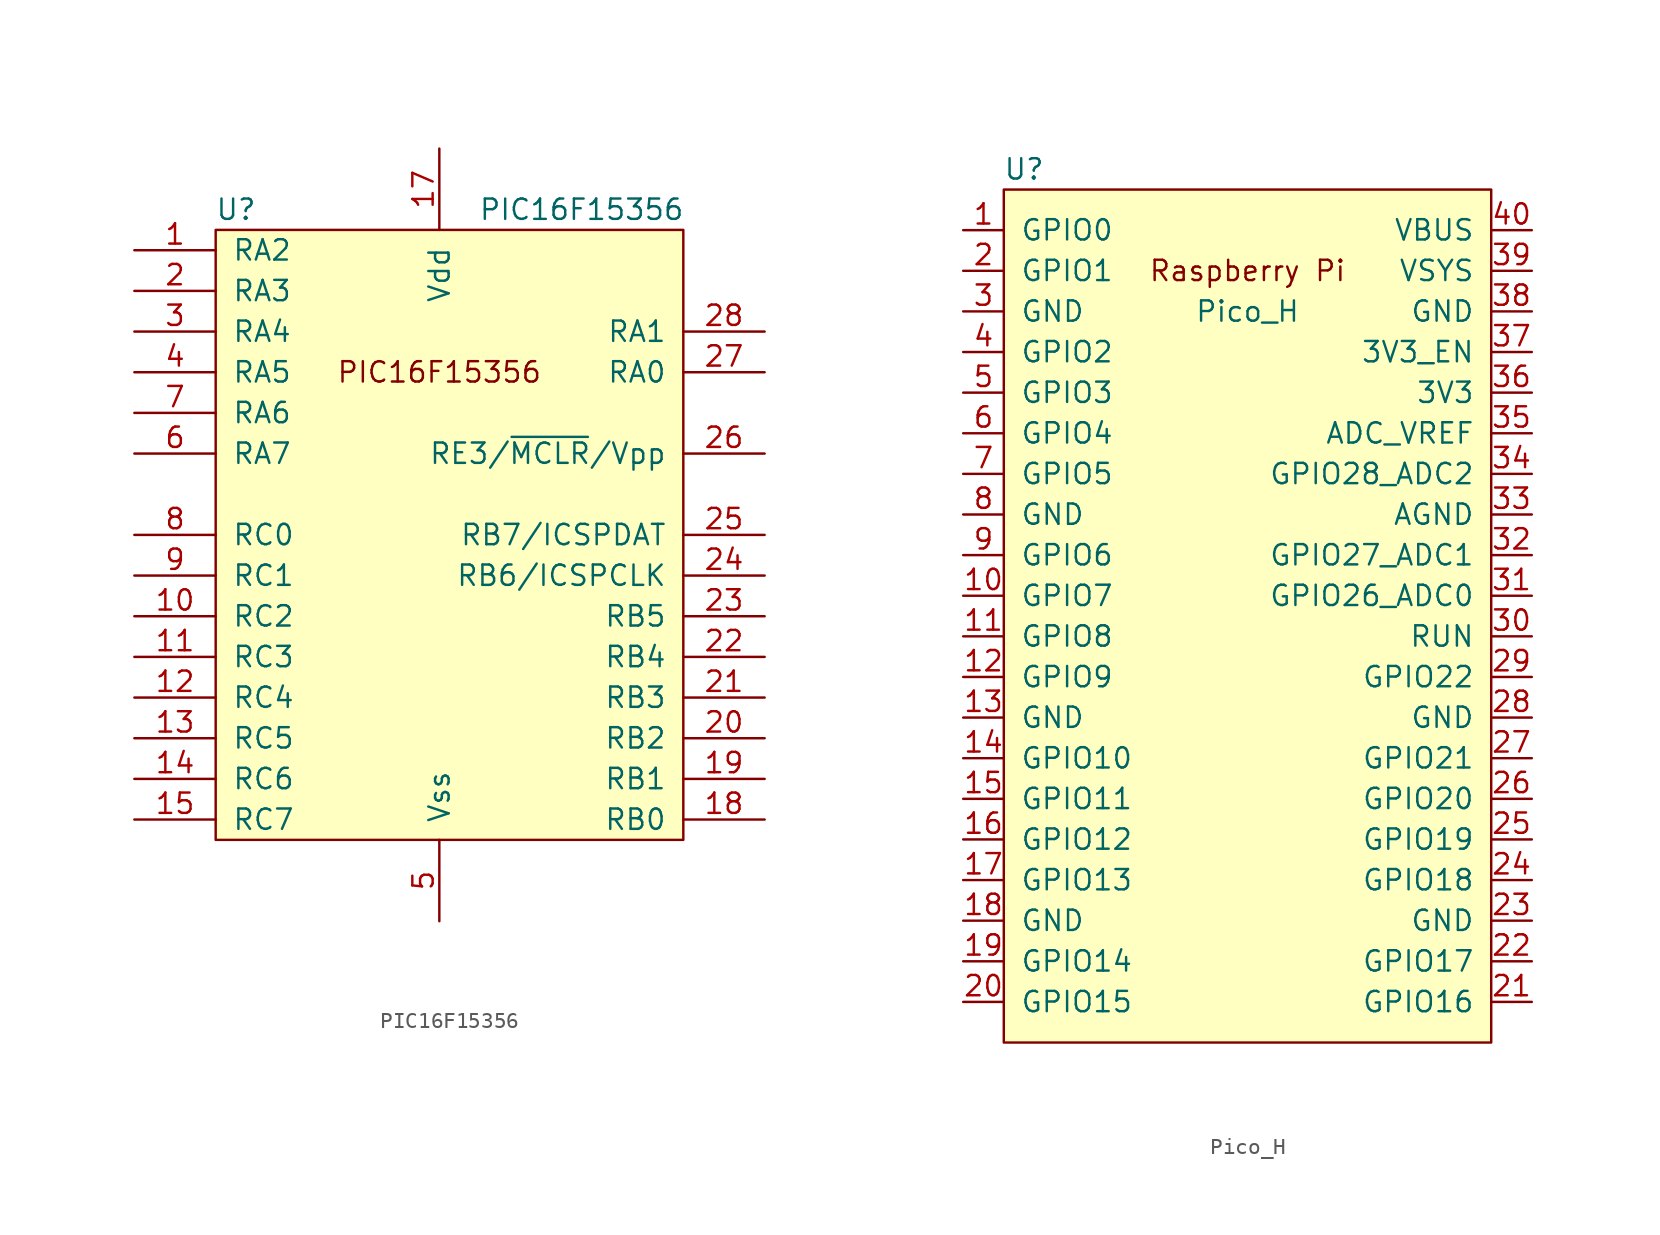
<source format=kicad_sym>
(kicad_symbol_lib
  (version 20220914)
  (generator kicad_symbol_editor)
  (symbol "PIC16F15356"
    (pin_names
      (offset 1.016))
    (property "Reference" "U"
      (at -12.7 20.32 0)
      (effects (font (size 1.27 1.27))))
    (property "Value" "PIC16F15356"
      (at 8.89 20.32 0)
      (effects (font (size 1.27 1.27))))
    (symbol "PIC16F15356_0_0"
      (text "PIC16F15356" (at 0 10.16 0) (effects (font (size 1.27 1.27)))))
    (symbol "PIC16F15356_0_1"
      (rectangle (start -13.97 19.05) (end 15.24 -19.05) (stroke (width 0) (type default)) (fill (type background))))
    (symbol "PIC16F15356_1_1"
      (pin bidirectional line (at -19.05 17.78 0) (length 5.08) (name "RA2" (effects (font (size 1.27 1.27)))) (number "1" (effects (font (size 1.27 1.27)))))
      (pin bidirectional line (at -19.05 -5.08 0) (length 5.08) (name "RC2" (effects (font (size 1.27 1.27)))) (number "10" (effects (font (size 1.27 1.27)))))
      (pin bidirectional line (at -19.05 -7.62 0) (length 5.08) (name "RC3" (effects (font (size 1.27 1.27)))) (number "11" (effects (font (size 1.27 1.27)))))
      (pin bidirectional line (at -19.05 -10.16 0) (length 5.08) (name "RC4" (effects (font (size 1.27 1.27)))) (number "12" (effects (font (size 1.27 1.27)))))
      (pin bidirectional line (at -19.05 -12.7 0) (length 5.08) (name "RC5" (effects (font (size 1.27 1.27)))) (number "13" (effects (font (size 1.27 1.27)))))
      (pin bidirectional line (at -19.05 -15.24 0) (length 5.08) (name "RC6" (effects (font (size 1.27 1.27)))) (number "14" (effects (font (size 1.27 1.27)))))
      (pin bidirectional line (at -19.05 -17.78 0) (length 5.08) (name "RC7" (effects (font (size 1.27 1.27)))) (number "15" (effects (font (size 1.27 1.27)))))
      (pin power_in line (at 0 -24.13 90) (length 5.08) hide (name "Vss" (effects (font (size 1.27 1.27)))) (number "16" (effects (font (size 1.27 1.27)))))
      (pin power_in line (at 0 24.13 270) (length 5.08) (name "Vdd" (effects (font (size 1.27 1.27)))) (number "17" (effects (font (size 1.27 1.27)))))
      (pin bidirectional line (at 20.32 -17.78 180) (length 5.08) (name "RB0" (effects (font (size 1.27 1.27)))) (number "18" (effects (font (size 1.27 1.27)))))
      (pin bidirectional line (at 20.32 -15.24 180) (length 5.08) (name "RB1" (effects (font (size 1.27 1.27)))) (number "19" (effects (font (size 1.27 1.27)))))
      (pin bidirectional line (at -19.05 15.24 0) (length 5.08) (name "RA3" (effects (font (size 1.27 1.27)))) (number "2" (effects (font (size 1.27 1.27)))))
      (pin bidirectional line (at 20.32 -12.7 180) (length 5.08) (name "RB2" (effects (font (size 1.27 1.27)))) (number "20" (effects (font (size 1.27 1.27)))))
      (pin bidirectional line (at 20.32 -10.16 180) (length 5.08) (name "RB3" (effects (font (size 1.27 1.27)))) (number "21" (effects (font (size 1.27 1.27)))))
      (pin bidirectional line (at 20.32 -7.62 180) (length 5.08) (name "RB4" (effects (font (size 1.27 1.27)))) (number "22" (effects (font (size 1.27 1.27)))))
      (pin bidirectional line (at 20.32 -5.08 180) (length 5.08) (name "RB5" (effects (font (size 1.27 1.27)))) (number "23" (effects (font (size 1.27 1.27)))))
      (pin bidirectional line (at 20.32 -2.54 180) (length 5.08) (name "RB6/ICSPCLK" (effects (font (size 1.27 1.27)))) (number "24" (effects (font (size 1.27 1.27)))))
      (pin bidirectional line (at 20.32 0 180) (length 5.08) (name "RB7/ICSPDAT" (effects (font (size 1.27 1.27)))) (number "25" (effects (font (size 1.27 1.27)))))
      (pin bidirectional line (at 20.32 5.08 180) (length 5.08) (name "RE3/~{MCLR}/Vpp" (effects (font (size 1.27 1.27)))) (number "26" (effects (font (size 1.27 1.27)))))
      (pin bidirectional line (at 20.32 10.16 180) (length 5.08) (name "RA0" (effects (font (size 1.27 1.27)))) (number "27" (effects (font (size 1.27 1.27)))))
      (pin bidirectional line (at 20.32 12.7 180) (length 5.08) (name "RA1" (effects (font (size 1.27 1.27)))) (number "28" (effects (font (size 1.27 1.27)))))
      (pin bidirectional line (at -19.05 12.7 0) (length 5.08) (name "RA4" (effects (font (size 1.27 1.27)))) (number "3" (effects (font (size 1.27 1.27)))))
      (pin bidirectional line (at -19.05 10.16 0) (length 5.08) (name "RA5" (effects (font (size 1.27 1.27)))) (number "4" (effects (font (size 1.27 1.27)))))
      (pin power_in line (at 0 -24.13 90) (length 5.08) (name "Vss" (effects (font (size 1.27 1.27)))) (number "5" (effects (font (size 1.27 1.27)))))
      (pin bidirectional line (at -19.05 5.08 0) (length 5.08) (name "RA7" (effects (font (size 1.27 1.27)))) (number "6" (effects (font (size 1.27 1.27)))))
      (pin bidirectional line (at -19.05 7.62 0) (length 5.08) (name "RA6" (effects (font (size 1.27 1.27)))) (number "7" (effects (font (size 1.27 1.27)))))
      (pin bidirectional line (at -19.05 0 0) (length 5.08) (name "RC0" (effects (font (size 1.27 1.27)))) (number "8" (effects (font (size 1.27 1.27)))))
      (pin bidirectional line (at -19.05 -2.54 0) (length 5.08) (name "RC1" (effects (font (size 1.27 1.27)))) (number "9" (effects (font (size 1.27 1.27)))))))
  (symbol "Pico_H"
    (pin_names
      (offset 1.016))
    (property "Reference" "U"
      (at -13.97 27.94 0)
      (effects (font (size 1.27 1.27))))
    (property "Value" "Pico_H"
      (at 0 19.05 0)
      (effects (font (size 1.27 1.27))))
    (symbol "Pico_H_0_0"
      (text "Raspberry Pi" (at 0 21.59 0) (effects (font (size 1.27 1.27)))))
    (symbol "Pico_H_0_1"
      (rectangle (start -15.24 26.67) (end 15.24 -26.67) (stroke (width 0) (type default)) (fill (type background))))
    (symbol "Pico_H_1_1"
      (pin bidirectional line (at -17.78 24.13 0) (length 2.54) (name "GPIO0" (effects (font (size 1.27 1.27)))) (number "1" (effects (font (size 1.27 1.27)))))
      (pin bidirectional line (at -17.78 1.27 0) (length 2.54) (name "GPIO7" (effects (font (size 1.27 1.27)))) (number "10" (effects (font (size 1.27 1.27)))))
      (pin bidirectional line (at -17.78 -1.27 0) (length 2.54) (name "GPIO8" (effects (font (size 1.27 1.27)))) (number "11" (effects (font (size 1.27 1.27)))))
      (pin bidirectional line (at -17.78 -3.81 0) (length 2.54) (name "GPIO9" (effects (font (size 1.27 1.27)))) (number "12" (effects (font (size 1.27 1.27)))))
      (pin power_in line (at -17.78 -6.35 0) (length 2.54) (name "GND" (effects (font (size 1.27 1.27)))) (number "13" (effects (font (size 1.27 1.27)))))
      (pin bidirectional line (at -17.78 -8.89 0) (length 2.54) (name "GPIO10" (effects (font (size 1.27 1.27)))) (number "14" (effects (font (size 1.27 1.27)))))
      (pin bidirectional line (at -17.78 -11.43 0) (length 2.54) (name "GPIO11" (effects (font (size 1.27 1.27)))) (number "15" (effects (font (size 1.27 1.27)))))
      (pin bidirectional line (at -17.78 -13.97 0) (length 2.54) (name "GPIO12" (effects (font (size 1.27 1.27)))) (number "16" (effects (font (size 1.27 1.27)))))
      (pin bidirectional line (at -17.78 -16.51 0) (length 2.54) (name "GPIO13" (effects (font (size 1.27 1.27)))) (number "17" (effects (font (size 1.27 1.27)))))
      (pin power_in line (at -17.78 -19.05 0) (length 2.54) (name "GND" (effects (font (size 1.27 1.27)))) (number "18" (effects (font (size 1.27 1.27)))))
      (pin bidirectional line (at -17.78 -21.59 0) (length 2.54) (name "GPIO14" (effects (font (size 1.27 1.27)))) (number "19" (effects (font (size 1.27 1.27)))))
      (pin bidirectional line (at -17.78 21.59 0) (length 2.54) (name "GPIO1" (effects (font (size 1.27 1.27)))) (number "2" (effects (font (size 1.27 1.27)))))
      (pin bidirectional line (at -17.78 -24.13 0) (length 2.54) (name "GPIO15" (effects (font (size 1.27 1.27)))) (number "20" (effects (font (size 1.27 1.27)))))
      (pin bidirectional line (at 17.78 -24.13 180) (length 2.54) (name "GPIO16" (effects (font (size 1.27 1.27)))) (number "21" (effects (font (size 1.27 1.27)))))
      (pin bidirectional line (at 17.78 -21.59 180) (length 2.54) (name "GPIO17" (effects (font (size 1.27 1.27)))) (number "22" (effects (font (size 1.27 1.27)))))
      (pin power_in line (at 17.78 -19.05 180) (length 2.54) (name "GND" (effects (font (size 1.27 1.27)))) (number "23" (effects (font (size 1.27 1.27)))))
      (pin bidirectional line (at 17.78 -16.51 180) (length 2.54) (name "GPIO18" (effects (font (size 1.27 1.27)))) (number "24" (effects (font (size 1.27 1.27)))))
      (pin bidirectional line (at 17.78 -13.97 180) (length 2.54) (name "GPIO19" (effects (font (size 1.27 1.27)))) (number "25" (effects (font (size 1.27 1.27)))))
      (pin bidirectional line (at 17.78 -11.43 180) (length 2.54) (name "GPIO20" (effects (font (size 1.27 1.27)))) (number "26" (effects (font (size 1.27 1.27)))))
      (pin bidirectional line (at 17.78 -8.89 180) (length 2.54) (name "GPIO21" (effects (font (size 1.27 1.27)))) (number "27" (effects (font (size 1.27 1.27)))))
      (pin power_in line (at 17.78 -6.35 180) (length 2.54) (name "GND" (effects (font (size 1.27 1.27)))) (number "28" (effects (font (size 1.27 1.27)))))
      (pin bidirectional line (at 17.78 -3.81 180) (length 2.54) (name "GPIO22" (effects (font (size 1.27 1.27)))) (number "29" (effects (font (size 1.27 1.27)))))
      (pin power_in line (at -17.78 19.05 0) (length 2.54) (name "GND" (effects (font (size 1.27 1.27)))) (number "3" (effects (font (size 1.27 1.27)))))
      (pin input line (at 17.78 -1.27 180) (length 2.54) (name "RUN" (effects (font (size 1.27 1.27)))) (number "30" (effects (font (size 1.27 1.27)))))
      (pin bidirectional line (at 17.78 1.27 180) (length 2.54) (name "GPIO26_ADC0" (effects (font (size 1.27 1.27)))) (number "31" (effects (font (size 1.27 1.27)))))
      (pin bidirectional line (at 17.78 3.81 180) (length 2.54) (name "GPIO27_ADC1" (effects (font (size 1.27 1.27)))) (number "32" (effects (font (size 1.27 1.27)))))
      (pin power_in line (at 17.78 6.35 180) (length 2.54) (name "AGND" (effects (font (size 1.27 1.27)))) (number "33" (effects (font (size 1.27 1.27)))))
      (pin bidirectional line (at 17.78 8.89 180) (length 2.54) (name "GPIO28_ADC2" (effects (font (size 1.27 1.27)))) (number "34" (effects (font (size 1.27 1.27)))))
      (pin unspecified line (at 17.78 11.43 180) (length 2.54) (name "ADC_VREF" (effects (font (size 1.27 1.27)))) (number "35" (effects (font (size 1.27 1.27)))))
      (pin unspecified line (at 17.78 13.97 180) (length 2.54) (name "3V3" (effects (font (size 1.27 1.27)))) (number "36" (effects (font (size 1.27 1.27)))))
      (pin input line (at 17.78 16.51 180) (length 2.54) (name "3V3_EN" (effects (font (size 1.27 1.27)))) (number "37" (effects (font (size 1.27 1.27)))))
      (pin power_in line (at 17.78 19.05 180) (length 2.54) (name "GND" (effects (font (size 1.27 1.27)))) (number "38" (effects (font (size 1.27 1.27)))))
      (pin unspecified line (at 17.78 21.59 180) (length 2.54) (name "VSYS" (effects (font (size 1.27 1.27)))) (number "39" (effects (font (size 1.27 1.27)))))
      (pin bidirectional line (at -17.78 16.51 0) (length 2.54) (name "GPIO2" (effects (font (size 1.27 1.27)))) (number "4" (effects (font (size 1.27 1.27)))))
      (pin unspecified line (at 17.78 24.13 180) (length 2.54) (name "VBUS" (effects (font (size 1.27 1.27)))) (number "40" (effects (font (size 1.27 1.27)))))
      (pin bidirectional line (at -17.78 13.97 0) (length 2.54) (name "GPIO3" (effects (font (size 1.27 1.27)))) (number "5" (effects (font (size 1.27 1.27)))))
      (pin bidirectional line (at -17.78 11.43 0) (length 2.54) (name "GPIO4" (effects (font (size 1.27 1.27)))) (number "6" (effects (font (size 1.27 1.27)))))
      (pin bidirectional line (at -17.78 8.89 0) (length 2.54) (name "GPIO5" (effects (font (size 1.27 1.27)))) (number "7" (effects (font (size 1.27 1.27)))))
      (pin power_in line (at -17.78 6.35 0) (length 2.54) (name "GND" (effects (font (size 1.27 1.27)))) (number "8" (effects (font (size 1.27 1.27)))))
      (pin bidirectional line (at -17.78 3.81 0) (length 2.54) (name "GPIO6" (effects (font (size 1.27 1.27)))) (number "9" (effects (font (size 1.27 1.27))))))))
</source>
